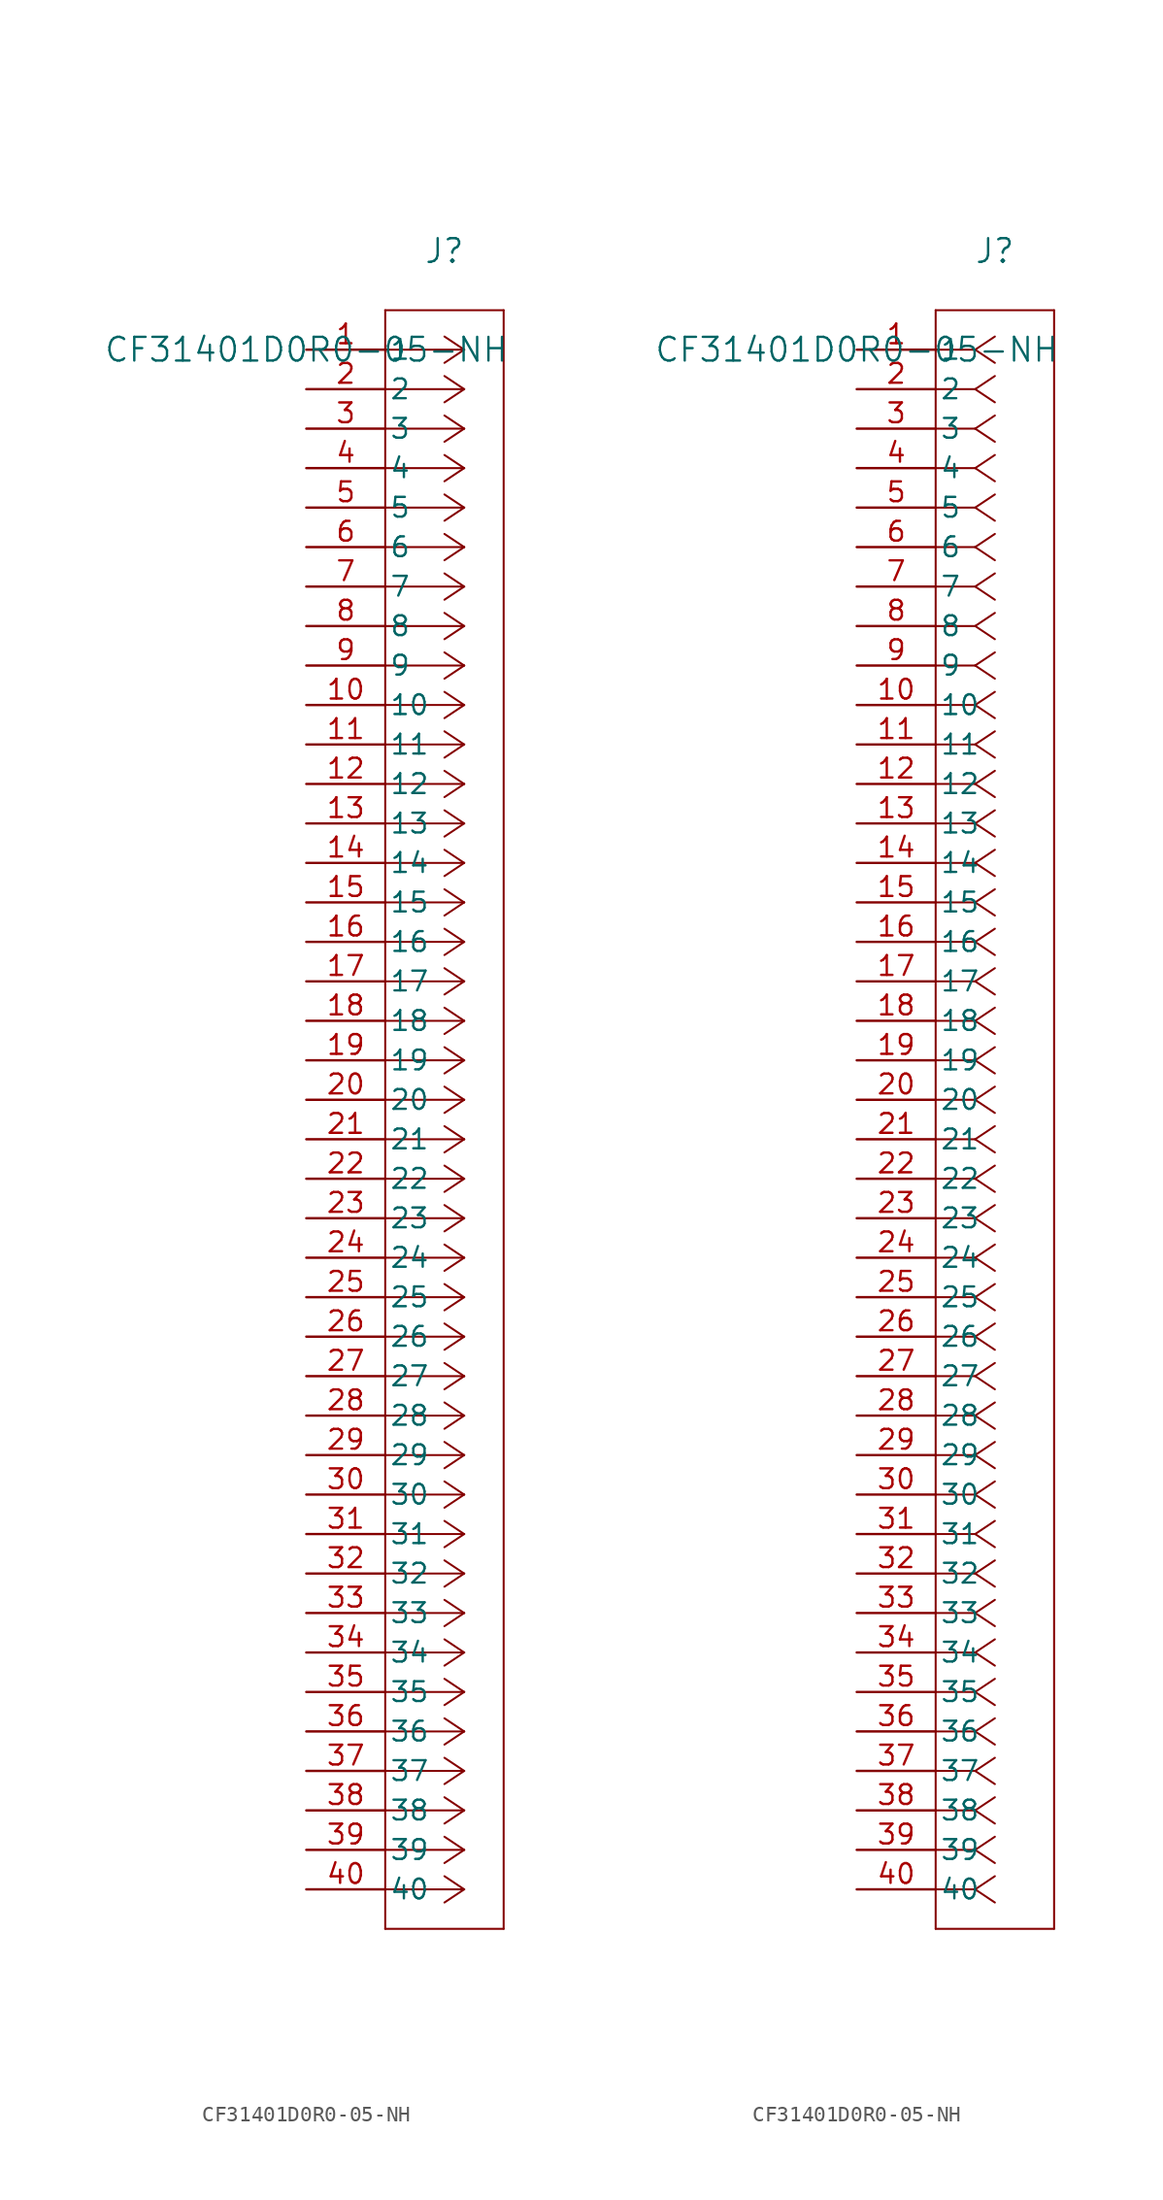
<source format=kicad_sym>
(kicad_symbol_lib
  (version 20231120)
  (generator "kicad_symbol_editor")
  (generator_version "8.0")
  (symbol "CF31401D0R0-05-NH"
    (pin_names
      (offset 0.254))
    (property "Reference" "J"
      (at 8.89 6.35 0)
      (effects (font (size 1.524 1.524))))
    (property "Value" "CF31401D0R0-05-NH"
      (at 0 0 0)
      (effects (font (size 1.524 1.524))))
    (property "ki_locked" ""
      (at 0 0 0)
      (effects (font (size 1.27 1.27))))
    (symbol "CF31401D0R0-05-NH_1_1"
      (polyline (pts (xy 5.08 -101.6) (xy 12.7 -101.6)) (stroke (width 0.127) (type default)) (fill (type none)))
      (polyline (pts (xy 5.08 2.54) (xy 5.08 -101.6)) (stroke (width 0.127) (type default)) (fill (type none)))
      (polyline (pts (xy 10.16 -99.06) (xy 5.08 -99.06)) (stroke (width 0.127) (type default)) (fill (type none)))
      (polyline (pts (xy 10.16 -99.06) (xy 8.89 -99.907)) (stroke (width 0.127) (type default)) (fill (type none)))
      (polyline (pts (xy 10.16 -99.06) (xy 8.89 -98.213)) (stroke (width 0.127) (type default)) (fill (type none)))
      (polyline (pts (xy 10.16 -96.52) (xy 5.08 -96.52)) (stroke (width 0.127) (type default)) (fill (type none)))
      (polyline (pts (xy 10.16 -96.52) (xy 8.89 -97.367)) (stroke (width 0.127) (type default)) (fill (type none)))
      (polyline (pts (xy 10.16 -96.52) (xy 8.89 -95.673)) (stroke (width 0.127) (type default)) (fill (type none)))
      (polyline (pts (xy 10.16 -93.98) (xy 5.08 -93.98)) (stroke (width 0.127) (type default)) (fill (type none)))
      (polyline (pts (xy 10.16 -93.98) (xy 8.89 -94.827)) (stroke (width 0.127) (type default)) (fill (type none)))
      (polyline (pts (xy 10.16 -93.98) (xy 8.89 -93.133)) (stroke (width 0.127) (type default)) (fill (type none)))
      (polyline (pts (xy 10.16 -91.44) (xy 5.08 -91.44)) (stroke (width 0.127) (type default)) (fill (type none)))
      (polyline (pts (xy 10.16 -91.44) (xy 8.89 -92.287)) (stroke (width 0.127) (type default)) (fill (type none)))
      (polyline (pts (xy 10.16 -91.44) (xy 8.89 -90.593)) (stroke (width 0.127) (type default)) (fill (type none)))
      (polyline (pts (xy 10.16 -88.9) (xy 5.08 -88.9)) (stroke (width 0.127) (type default)) (fill (type none)))
      (polyline (pts (xy 10.16 -88.9) (xy 8.89 -89.747)) (stroke (width 0.127) (type default)) (fill (type none)))
      (polyline (pts (xy 10.16 -88.9) (xy 8.89 -88.053)) (stroke (width 0.127) (type default)) (fill (type none)))
      (polyline (pts (xy 10.16 -86.36) (xy 5.08 -86.36)) (stroke (width 0.127) (type default)) (fill (type none)))
      (polyline (pts (xy 10.16 -86.36) (xy 8.89 -87.207)) (stroke (width 0.127) (type default)) (fill (type none)))
      (polyline (pts (xy 10.16 -86.36) (xy 8.89 -85.513)) (stroke (width 0.127) (type default)) (fill (type none)))
      (polyline (pts (xy 10.16 -83.82) (xy 5.08 -83.82)) (stroke (width 0.127) (type default)) (fill (type none)))
      (polyline (pts (xy 10.16 -83.82) (xy 8.89 -84.667)) (stroke (width 0.127) (type default)) (fill (type none)))
      (polyline (pts (xy 10.16 -83.82) (xy 8.89 -82.973)) (stroke (width 0.127) (type default)) (fill (type none)))
      (polyline (pts (xy 10.16 -81.28) (xy 5.08 -81.28)) (stroke (width 0.127) (type default)) (fill (type none)))
      (polyline (pts (xy 10.16 -81.28) (xy 8.89 -82.127)) (stroke (width 0.127) (type default)) (fill (type none)))
      (polyline (pts (xy 10.16 -81.28) (xy 8.89 -80.433)) (stroke (width 0.127) (type default)) (fill (type none)))
      (polyline (pts (xy 10.16 -78.74) (xy 5.08 -78.74)) (stroke (width 0.127) (type default)) (fill (type none)))
      (polyline (pts (xy 10.16 -78.74) (xy 8.89 -79.587)) (stroke (width 0.127) (type default)) (fill (type none)))
      (polyline (pts (xy 10.16 -78.74) (xy 8.89 -77.893)) (stroke (width 0.127) (type default)) (fill (type none)))
      (polyline (pts (xy 10.16 -76.2) (xy 5.08 -76.2)) (stroke (width 0.127) (type default)) (fill (type none)))
      (polyline (pts (xy 10.16 -76.2) (xy 8.89 -77.047)) (stroke (width 0.127) (type default)) (fill (type none)))
      (polyline (pts (xy 10.16 -76.2) (xy 8.89 -75.353)) (stroke (width 0.127) (type default)) (fill (type none)))
      (polyline (pts (xy 10.16 -73.66) (xy 5.08 -73.66)) (stroke (width 0.127) (type default)) (fill (type none)))
      (polyline (pts (xy 10.16 -73.66) (xy 8.89 -74.507)) (stroke (width 0.127) (type default)) (fill (type none)))
      (polyline (pts (xy 10.16 -73.66) (xy 8.89 -72.813)) (stroke (width 0.127) (type default)) (fill (type none)))
      (polyline (pts (xy 10.16 -71.12) (xy 5.08 -71.12)) (stroke (width 0.127) (type default)) (fill (type none)))
      (polyline (pts (xy 10.16 -71.12) (xy 8.89 -71.967)) (stroke (width 0.127) (type default)) (fill (type none)))
      (polyline (pts (xy 10.16 -71.12) (xy 8.89 -70.273)) (stroke (width 0.127) (type default)) (fill (type none)))
      (polyline (pts (xy 10.16 -68.58) (xy 5.08 -68.58)) (stroke (width 0.127) (type default)) (fill (type none)))
      (polyline (pts (xy 10.16 -68.58) (xy 8.89 -69.427)) (stroke (width 0.127) (type default)) (fill (type none)))
      (polyline (pts (xy 10.16 -68.58) (xy 8.89 -67.733)) (stroke (width 0.127) (type default)) (fill (type none)))
      (polyline (pts (xy 10.16 -66.04) (xy 5.08 -66.04)) (stroke (width 0.127) (type default)) (fill (type none)))
      (polyline (pts (xy 10.16 -66.04) (xy 8.89 -66.887)) (stroke (width 0.127) (type default)) (fill (type none)))
      (polyline (pts (xy 10.16 -66.04) (xy 8.89 -65.193)) (stroke (width 0.127) (type default)) (fill (type none)))
      (polyline (pts (xy 10.16 -63.5) (xy 5.08 -63.5)) (stroke (width 0.127) (type default)) (fill (type none)))
      (polyline (pts (xy 10.16 -63.5) (xy 8.89 -64.347)) (stroke (width 0.127) (type default)) (fill (type none)))
      (polyline (pts (xy 10.16 -63.5) (xy 8.89 -62.653)) (stroke (width 0.127) (type default)) (fill (type none)))
      (polyline (pts (xy 10.16 -60.96) (xy 5.08 -60.96)) (stroke (width 0.127) (type default)) (fill (type none)))
      (polyline (pts (xy 10.16 -60.96) (xy 8.89 -61.807)) (stroke (width 0.127) (type default)) (fill (type none)))
      (polyline (pts (xy 10.16 -60.96) (xy 8.89 -60.113)) (stroke (width 0.127) (type default)) (fill (type none)))
      (polyline (pts (xy 10.16 -58.42) (xy 5.08 -58.42)) (stroke (width 0.127) (type default)) (fill (type none)))
      (polyline (pts (xy 10.16 -58.42) (xy 8.89 -59.267)) (stroke (width 0.127) (type default)) (fill (type none)))
      (polyline (pts (xy 10.16 -58.42) (xy 8.89 -57.573)) (stroke (width 0.127) (type default)) (fill (type none)))
      (polyline (pts (xy 10.16 -55.88) (xy 5.08 -55.88)) (stroke (width 0.127) (type default)) (fill (type none)))
      (polyline (pts (xy 10.16 -55.88) (xy 8.89 -56.727)) (stroke (width 0.127) (type default)) (fill (type none)))
      (polyline (pts (xy 10.16 -55.88) (xy 8.89 -55.033)) (stroke (width 0.127) (type default)) (fill (type none)))
      (polyline (pts (xy 10.16 -53.34) (xy 5.08 -53.34)) (stroke (width 0.127) (type default)) (fill (type none)))
      (polyline (pts (xy 10.16 -53.34) (xy 8.89 -54.187)) (stroke (width 0.127) (type default)) (fill (type none)))
      (polyline (pts (xy 10.16 -53.34) (xy 8.89 -52.493)) (stroke (width 0.127) (type default)) (fill (type none)))
      (polyline (pts (xy 10.16 -50.8) (xy 5.08 -50.8)) (stroke (width 0.127) (type default)) (fill (type none)))
      (polyline (pts (xy 10.16 -50.8) (xy 8.89 -51.647)) (stroke (width 0.127) (type default)) (fill (type none)))
      (polyline (pts (xy 10.16 -50.8) (xy 8.89 -49.953)) (stroke (width 0.127) (type default)) (fill (type none)))
      (polyline (pts (xy 10.16 -48.26) (xy 5.08 -48.26)) (stroke (width 0.127) (type default)) (fill (type none)))
      (polyline (pts (xy 10.16 -48.26) (xy 8.89 -49.107)) (stroke (width 0.127) (type default)) (fill (type none)))
      (polyline (pts (xy 10.16 -48.26) (xy 8.89 -47.413)) (stroke (width 0.127) (type default)) (fill (type none)))
      (polyline (pts (xy 10.16 -45.72) (xy 5.08 -45.72)) (stroke (width 0.127) (type default)) (fill (type none)))
      (polyline (pts (xy 10.16 -45.72) (xy 8.89 -46.567)) (stroke (width 0.127) (type default)) (fill (type none)))
      (polyline (pts (xy 10.16 -45.72) (xy 8.89 -44.873)) (stroke (width 0.127) (type default)) (fill (type none)))
      (polyline (pts (xy 10.16 -43.18) (xy 5.08 -43.18)) (stroke (width 0.127) (type default)) (fill (type none)))
      (polyline (pts (xy 10.16 -43.18) (xy 8.89 -44.027)) (stroke (width 0.127) (type default)) (fill (type none)))
      (polyline (pts (xy 10.16 -43.18) (xy 8.89 -42.333)) (stroke (width 0.127) (type default)) (fill (type none)))
      (polyline (pts (xy 10.16 -40.64) (xy 5.08 -40.64)) (stroke (width 0.127) (type default)) (fill (type none)))
      (polyline (pts (xy 10.16 -40.64) (xy 8.89 -41.487)) (stroke (width 0.127) (type default)) (fill (type none)))
      (polyline (pts (xy 10.16 -40.64) (xy 8.89 -39.793)) (stroke (width 0.127) (type default)) (fill (type none)))
      (polyline (pts (xy 10.16 -38.1) (xy 5.08 -38.1)) (stroke (width 0.127) (type default)) (fill (type none)))
      (polyline (pts (xy 10.16 -38.1) (xy 8.89 -38.947)) (stroke (width 0.127) (type default)) (fill (type none)))
      (polyline (pts (xy 10.16 -38.1) (xy 8.89 -37.253)) (stroke (width 0.127) (type default)) (fill (type none)))
      (polyline (pts (xy 10.16 -35.56) (xy 5.08 -35.56)) (stroke (width 0.127) (type default)) (fill (type none)))
      (polyline (pts (xy 10.16 -35.56) (xy 8.89 -36.407)) (stroke (width 0.127) (type default)) (fill (type none)))
      (polyline (pts (xy 10.16 -35.56) (xy 8.89 -34.713)) (stroke (width 0.127) (type default)) (fill (type none)))
      (polyline (pts (xy 10.16 -33.02) (xy 5.08 -33.02)) (stroke (width 0.127) (type default)) (fill (type none)))
      (polyline (pts (xy 10.16 -33.02) (xy 8.89 -33.867)) (stroke (width 0.127) (type default)) (fill (type none)))
      (polyline (pts (xy 10.16 -33.02) (xy 8.89 -32.173)) (stroke (width 0.127) (type default)) (fill (type none)))
      (polyline (pts (xy 10.16 -30.48) (xy 5.08 -30.48)) (stroke (width 0.127) (type default)) (fill (type none)))
      (polyline (pts (xy 10.16 -30.48) (xy 8.89 -31.327)) (stroke (width 0.127) (type default)) (fill (type none)))
      (polyline (pts (xy 10.16 -30.48) (xy 8.89 -29.633)) (stroke (width 0.127) (type default)) (fill (type none)))
      (polyline (pts (xy 10.16 -27.94) (xy 5.08 -27.94)) (stroke (width 0.127) (type default)) (fill (type none)))
      (polyline (pts (xy 10.16 -27.94) (xy 8.89 -28.787)) (stroke (width 0.127) (type default)) (fill (type none)))
      (polyline (pts (xy 10.16 -27.94) (xy 8.89 -27.093)) (stroke (width 0.127) (type default)) (fill (type none)))
      (polyline (pts (xy 10.16 -25.4) (xy 5.08 -25.4)) (stroke (width 0.127) (type default)) (fill (type none)))
      (polyline (pts (xy 10.16 -25.4) (xy 8.89 -26.247)) (stroke (width 0.127) (type default)) (fill (type none)))
      (polyline (pts (xy 10.16 -25.4) (xy 8.89 -24.553)) (stroke (width 0.127) (type default)) (fill (type none)))
      (polyline (pts (xy 10.16 -22.86) (xy 5.08 -22.86)) (stroke (width 0.127) (type default)) (fill (type none)))
      (polyline (pts (xy 10.16 -22.86) (xy 8.89 -23.707)) (stroke (width 0.127) (type default)) (fill (type none)))
      (polyline (pts (xy 10.16 -22.86) (xy 8.89 -22.013)) (stroke (width 0.127) (type default)) (fill (type none)))
      (polyline (pts (xy 10.16 -20.32) (xy 5.08 -20.32)) (stroke (width 0.127) (type default)) (fill (type none)))
      (polyline (pts (xy 10.16 -20.32) (xy 8.89 -21.167)) (stroke (width 0.127) (type default)) (fill (type none)))
      (polyline (pts (xy 10.16 -20.32) (xy 8.89 -19.473)) (stroke (width 0.127) (type default)) (fill (type none)))
      (polyline (pts (xy 10.16 -17.78) (xy 5.08 -17.78)) (stroke (width 0.127) (type default)) (fill (type none)))
      (polyline (pts (xy 10.16 -17.78) (xy 8.89 -18.627)) (stroke (width 0.127) (type default)) (fill (type none)))
      (polyline (pts (xy 10.16 -17.78) (xy 8.89 -16.933)) (stroke (width 0.127) (type default)) (fill (type none)))
      (polyline (pts (xy 10.16 -15.24) (xy 5.08 -15.24)) (stroke (width 0.127) (type default)) (fill (type none)))
      (polyline (pts (xy 10.16 -15.24) (xy 8.89 -16.087)) (stroke (width 0.127) (type default)) (fill (type none)))
      (polyline (pts (xy 10.16 -15.24) (xy 8.89 -14.393)) (stroke (width 0.127) (type default)) (fill (type none)))
      (polyline (pts (xy 10.16 -12.7) (xy 5.08 -12.7)) (stroke (width 0.127) (type default)) (fill (type none)))
      (polyline (pts (xy 10.16 -12.7) (xy 8.89 -13.547)) (stroke (width 0.127) (type default)) (fill (type none)))
      (polyline (pts (xy 10.16 -12.7) (xy 8.89 -11.853)) (stroke (width 0.127) (type default)) (fill (type none)))
      (polyline (pts (xy 10.16 -10.16) (xy 5.08 -10.16)) (stroke (width 0.127) (type default)) (fill (type none)))
      (polyline (pts (xy 10.16 -10.16) (xy 8.89 -11.007)) (stroke (width 0.127) (type default)) (fill (type none)))
      (polyline (pts (xy 10.16 -10.16) (xy 8.89 -9.313)) (stroke (width 0.127) (type default)) (fill (type none)))
      (polyline (pts (xy 10.16 -7.62) (xy 5.08 -7.62)) (stroke (width 0.127) (type default)) (fill (type none)))
      (polyline (pts (xy 10.16 -7.62) (xy 8.89 -8.467)) (stroke (width 0.127) (type default)) (fill (type none)))
      (polyline (pts (xy 10.16 -7.62) (xy 8.89 -6.773)) (stroke (width 0.127) (type default)) (fill (type none)))
      (polyline (pts (xy 10.16 -5.08) (xy 5.08 -5.08)) (stroke (width 0.127) (type default)) (fill (type none)))
      (polyline (pts (xy 10.16 -5.08) (xy 8.89 -5.927)) (stroke (width 0.127) (type default)) (fill (type none)))
      (polyline (pts (xy 10.16 -5.08) (xy 8.89 -4.233)) (stroke (width 0.127) (type default)) (fill (type none)))
      (polyline (pts (xy 10.16 -2.54) (xy 5.08 -2.54)) (stroke (width 0.127) (type default)) (fill (type none)))
      (polyline (pts (xy 10.16 -2.54) (xy 8.89 -3.387)) (stroke (width 0.127) (type default)) (fill (type none)))
      (polyline (pts (xy 10.16 -2.54) (xy 8.89 -1.693)) (stroke (width 0.127) (type default)) (fill (type none)))
      (polyline (pts (xy 10.16 0) (xy 5.08 0)) (stroke (width 0.127) (type default)) (fill (type none)))
      (polyline (pts (xy 10.16 0) (xy 8.89 -0.847)) (stroke (width 0.127) (type default)) (fill (type none)))
      (polyline (pts (xy 10.16 0) (xy 8.89 0.847)) (stroke (width 0.127) (type default)) (fill (type none)))
      (polyline (pts (xy 12.7 -101.6) (xy 12.7 2.54)) (stroke (width 0.127) (type default)) (fill (type none)))
      (polyline (pts (xy 12.7 2.54) (xy 5.08 2.54)) (stroke (width 0.127) (type default)) (fill (type none)))
      (pin unspecified line (at 0 0 0) (length 5.08) (name "1" (effects (font (size 1.27 1.27)))) (number "1" (effects (font (size 1.27 1.27)))))
      (pin unspecified line (at 0 -22.86 0) (length 5.08) (name "10" (effects (font (size 1.27 1.27)))) (number "10" (effects (font (size 1.27 1.27)))))
      (pin unspecified line (at 0 -25.4 0) (length 5.08) (name "11" (effects (font (size 1.27 1.27)))) (number "11" (effects (font (size 1.27 1.27)))))
      (pin unspecified line (at 0 -27.94 0) (length 5.08) (name "12" (effects (font (size 1.27 1.27)))) (number "12" (effects (font (size 1.27 1.27)))))
      (pin unspecified line (at 0 -30.48 0) (length 5.08) (name "13" (effects (font (size 1.27 1.27)))) (number "13" (effects (font (size 1.27 1.27)))))
      (pin unspecified line (at 0 -33.02 0) (length 5.08) (name "14" (effects (font (size 1.27 1.27)))) (number "14" (effects (font (size 1.27 1.27)))))
      (pin unspecified line (at 0 -35.56 0) (length 5.08) (name "15" (effects (font (size 1.27 1.27)))) (number "15" (effects (font (size 1.27 1.27)))))
      (pin unspecified line (at 0 -38.1 0) (length 5.08) (name "16" (effects (font (size 1.27 1.27)))) (number "16" (effects (font (size 1.27 1.27)))))
      (pin unspecified line (at 0 -40.64 0) (length 5.08) (name "17" (effects (font (size 1.27 1.27)))) (number "17" (effects (font (size 1.27 1.27)))))
      (pin unspecified line (at 0 -43.18 0) (length 5.08) (name "18" (effects (font (size 1.27 1.27)))) (number "18" (effects (font (size 1.27 1.27)))))
      (pin unspecified line (at 0 -45.72 0) (length 5.08) (name "19" (effects (font (size 1.27 1.27)))) (number "19" (effects (font (size 1.27 1.27)))))
      (pin unspecified line (at 0 -2.54 0) (length 5.08) (name "2" (effects (font (size 1.27 1.27)))) (number "2" (effects (font (size 1.27 1.27)))))
      (pin unspecified line (at 0 -48.26 0) (length 5.08) (name "20" (effects (font (size 1.27 1.27)))) (number "20" (effects (font (size 1.27 1.27)))))
      (pin unspecified line (at 0 -50.8 0) (length 5.08) (name "21" (effects (font (size 1.27 1.27)))) (number "21" (effects (font (size 1.27 1.27)))))
      (pin unspecified line (at 0 -53.34 0) (length 5.08) (name "22" (effects (font (size 1.27 1.27)))) (number "22" (effects (font (size 1.27 1.27)))))
      (pin unspecified line (at 0 -55.88 0) (length 5.08) (name "23" (effects (font (size 1.27 1.27)))) (number "23" (effects (font (size 1.27 1.27)))))
      (pin unspecified line (at 0 -58.42 0) (length 5.08) (name "24" (effects (font (size 1.27 1.27)))) (number "24" (effects (font (size 1.27 1.27)))))
      (pin unspecified line (at 0 -60.96 0) (length 5.08) (name "25" (effects (font (size 1.27 1.27)))) (number "25" (effects (font (size 1.27 1.27)))))
      (pin unspecified line (at 0 -63.5 0) (length 5.08) (name "26" (effects (font (size 1.27 1.27)))) (number "26" (effects (font (size 1.27 1.27)))))
      (pin unspecified line (at 0 -66.04 0) (length 5.08) (name "27" (effects (font (size 1.27 1.27)))) (number "27" (effects (font (size 1.27 1.27)))))
      (pin unspecified line (at 0 -68.58 0) (length 5.08) (name "28" (effects (font (size 1.27 1.27)))) (number "28" (effects (font (size 1.27 1.27)))))
      (pin unspecified line (at 0 -71.12 0) (length 5.08) (name "29" (effects (font (size 1.27 1.27)))) (number "29" (effects (font (size 1.27 1.27)))))
      (pin unspecified line (at 0 -5.08 0) (length 5.08) (name "3" (effects (font (size 1.27 1.27)))) (number "3" (effects (font (size 1.27 1.27)))))
      (pin unspecified line (at 0 -73.66 0) (length 5.08) (name "30" (effects (font (size 1.27 1.27)))) (number "30" (effects (font (size 1.27 1.27)))))
      (pin unspecified line (at 0 -76.2 0) (length 5.08) (name "31" (effects (font (size 1.27 1.27)))) (number "31" (effects (font (size 1.27 1.27)))))
      (pin unspecified line (at 0 -78.74 0) (length 5.08) (name "32" (effects (font (size 1.27 1.27)))) (number "32" (effects (font (size 1.27 1.27)))))
      (pin unspecified line (at 0 -81.28 0) (length 5.08) (name "33" (effects (font (size 1.27 1.27)))) (number "33" (effects (font (size 1.27 1.27)))))
      (pin unspecified line (at 0 -83.82 0) (length 5.08) (name "34" (effects (font (size 1.27 1.27)))) (number "34" (effects (font (size 1.27 1.27)))))
      (pin unspecified line (at 0 -86.36 0) (length 5.08) (name "35" (effects (font (size 1.27 1.27)))) (number "35" (effects (font (size 1.27 1.27)))))
      (pin unspecified line (at 0 -88.9 0) (length 5.08) (name "36" (effects (font (size 1.27 1.27)))) (number "36" (effects (font (size 1.27 1.27)))))
      (pin unspecified line (at 0 -91.44 0) (length 5.08) (name "37" (effects (font (size 1.27 1.27)))) (number "37" (effects (font (size 1.27 1.27)))))
      (pin unspecified line (at 0 -93.98 0) (length 5.08) (name "38" (effects (font (size 1.27 1.27)))) (number "38" (effects (font (size 1.27 1.27)))))
      (pin unspecified line (at 0 -96.52 0) (length 5.08) (name "39" (effects (font (size 1.27 1.27)))) (number "39" (effects (font (size 1.27 1.27)))))
      (pin unspecified line (at 0 -7.62 0) (length 5.08) (name "4" (effects (font (size 1.27 1.27)))) (number "4" (effects (font (size 1.27 1.27)))))
      (pin unspecified line (at 0 -99.06 0) (length 5.08) (name "40" (effects (font (size 1.27 1.27)))) (number "40" (effects (font (size 1.27 1.27)))))
      (pin unspecified line (at 0 -10.16 0) (length 5.08) (name "5" (effects (font (size 1.27 1.27)))) (number "5" (effects (font (size 1.27 1.27)))))
      (pin unspecified line (at 0 -12.7 0) (length 5.08) (name "6" (effects (font (size 1.27 1.27)))) (number "6" (effects (font (size 1.27 1.27)))))
      (pin unspecified line (at 0 -15.24 0) (length 5.08) (name "7" (effects (font (size 1.27 1.27)))) (number "7" (effects (font (size 1.27 1.27)))))
      (pin unspecified line (at 0 -17.78 0) (length 5.08) (name "8" (effects (font (size 1.27 1.27)))) (number "8" (effects (font (size 1.27 1.27)))))
      (pin unspecified line (at 0 -20.32 0) (length 5.08) (name "9" (effects (font (size 1.27 1.27)))) (number "9" (effects (font (size 1.27 1.27))))))
    (symbol "CF31401D0R0-05-NH_1_2"
      (polyline (pts (xy 5.08 -101.6) (xy 12.7 -101.6)) (stroke (width 0.127) (type default)) (fill (type none)))
      (polyline (pts (xy 5.08 2.54) (xy 5.08 -101.6)) (stroke (width 0.127) (type default)) (fill (type none)))
      (polyline (pts (xy 7.62 -99.06) (xy 5.08 -99.06)) (stroke (width 0.127) (type default)) (fill (type none)))
      (polyline (pts (xy 7.62 -99.06) (xy 8.89 -99.907)) (stroke (width 0.127) (type default)) (fill (type none)))
      (polyline (pts (xy 7.62 -99.06) (xy 8.89 -98.213)) (stroke (width 0.127) (type default)) (fill (type none)))
      (polyline (pts (xy 7.62 -96.52) (xy 5.08 -96.52)) (stroke (width 0.127) (type default)) (fill (type none)))
      (polyline (pts (xy 7.62 -96.52) (xy 8.89 -97.367)) (stroke (width 0.127) (type default)) (fill (type none)))
      (polyline (pts (xy 7.62 -96.52) (xy 8.89 -95.673)) (stroke (width 0.127) (type default)) (fill (type none)))
      (polyline (pts (xy 7.62 -93.98) (xy 5.08 -93.98)) (stroke (width 0.127) (type default)) (fill (type none)))
      (polyline (pts (xy 7.62 -93.98) (xy 8.89 -94.827)) (stroke (width 0.127) (type default)) (fill (type none)))
      (polyline (pts (xy 7.62 -93.98) (xy 8.89 -93.133)) (stroke (width 0.127) (type default)) (fill (type none)))
      (polyline (pts (xy 7.62 -91.44) (xy 5.08 -91.44)) (stroke (width 0.127) (type default)) (fill (type none)))
      (polyline (pts (xy 7.62 -91.44) (xy 8.89 -92.287)) (stroke (width 0.127) (type default)) (fill (type none)))
      (polyline (pts (xy 7.62 -91.44) (xy 8.89 -90.593)) (stroke (width 0.127) (type default)) (fill (type none)))
      (polyline (pts (xy 7.62 -88.9) (xy 5.08 -88.9)) (stroke (width 0.127) (type default)) (fill (type none)))
      (polyline (pts (xy 7.62 -88.9) (xy 8.89 -89.747)) (stroke (width 0.127) (type default)) (fill (type none)))
      (polyline (pts (xy 7.62 -88.9) (xy 8.89 -88.053)) (stroke (width 0.127) (type default)) (fill (type none)))
      (polyline (pts (xy 7.62 -86.36) (xy 5.08 -86.36)) (stroke (width 0.127) (type default)) (fill (type none)))
      (polyline (pts (xy 7.62 -86.36) (xy 8.89 -87.207)) (stroke (width 0.127) (type default)) (fill (type none)))
      (polyline (pts (xy 7.62 -86.36) (xy 8.89 -85.513)) (stroke (width 0.127) (type default)) (fill (type none)))
      (polyline (pts (xy 7.62 -83.82) (xy 5.08 -83.82)) (stroke (width 0.127) (type default)) (fill (type none)))
      (polyline (pts (xy 7.62 -83.82) (xy 8.89 -84.667)) (stroke (width 0.127) (type default)) (fill (type none)))
      (polyline (pts (xy 7.62 -83.82) (xy 8.89 -82.973)) (stroke (width 0.127) (type default)) (fill (type none)))
      (polyline (pts (xy 7.62 -81.28) (xy 5.08 -81.28)) (stroke (width 0.127) (type default)) (fill (type none)))
      (polyline (pts (xy 7.62 -81.28) (xy 8.89 -82.127)) (stroke (width 0.127) (type default)) (fill (type none)))
      (polyline (pts (xy 7.62 -81.28) (xy 8.89 -80.433)) (stroke (width 0.127) (type default)) (fill (type none)))
      (polyline (pts (xy 7.62 -78.74) (xy 5.08 -78.74)) (stroke (width 0.127) (type default)) (fill (type none)))
      (polyline (pts (xy 7.62 -78.74) (xy 8.89 -79.587)) (stroke (width 0.127) (type default)) (fill (type none)))
      (polyline (pts (xy 7.62 -78.74) (xy 8.89 -77.893)) (stroke (width 0.127) (type default)) (fill (type none)))
      (polyline (pts (xy 7.62 -76.2) (xy 5.08 -76.2)) (stroke (width 0.127) (type default)) (fill (type none)))
      (polyline (pts (xy 7.62 -76.2) (xy 8.89 -77.047)) (stroke (width 0.127) (type default)) (fill (type none)))
      (polyline (pts (xy 7.62 -76.2) (xy 8.89 -75.353)) (stroke (width 0.127) (type default)) (fill (type none)))
      (polyline (pts (xy 7.62 -73.66) (xy 5.08 -73.66)) (stroke (width 0.127) (type default)) (fill (type none)))
      (polyline (pts (xy 7.62 -73.66) (xy 8.89 -74.507)) (stroke (width 0.127) (type default)) (fill (type none)))
      (polyline (pts (xy 7.62 -73.66) (xy 8.89 -72.813)) (stroke (width 0.127) (type default)) (fill (type none)))
      (polyline (pts (xy 7.62 -71.12) (xy 5.08 -71.12)) (stroke (width 0.127) (type default)) (fill (type none)))
      (polyline (pts (xy 7.62 -71.12) (xy 8.89 -71.967)) (stroke (width 0.127) (type default)) (fill (type none)))
      (polyline (pts (xy 7.62 -71.12) (xy 8.89 -70.273)) (stroke (width 0.127) (type default)) (fill (type none)))
      (polyline (pts (xy 7.62 -68.58) (xy 5.08 -68.58)) (stroke (width 0.127) (type default)) (fill (type none)))
      (polyline (pts (xy 7.62 -68.58) (xy 8.89 -69.427)) (stroke (width 0.127) (type default)) (fill (type none)))
      (polyline (pts (xy 7.62 -68.58) (xy 8.89 -67.733)) (stroke (width 0.127) (type default)) (fill (type none)))
      (polyline (pts (xy 7.62 -66.04) (xy 5.08 -66.04)) (stroke (width 0.127) (type default)) (fill (type none)))
      (polyline (pts (xy 7.62 -66.04) (xy 8.89 -66.887)) (stroke (width 0.127) (type default)) (fill (type none)))
      (polyline (pts (xy 7.62 -66.04) (xy 8.89 -65.193)) (stroke (width 0.127) (type default)) (fill (type none)))
      (polyline (pts (xy 7.62 -63.5) (xy 5.08 -63.5)) (stroke (width 0.127) (type default)) (fill (type none)))
      (polyline (pts (xy 7.62 -63.5) (xy 8.89 -64.347)) (stroke (width 0.127) (type default)) (fill (type none)))
      (polyline (pts (xy 7.62 -63.5) (xy 8.89 -62.653)) (stroke (width 0.127) (type default)) (fill (type none)))
      (polyline (pts (xy 7.62 -60.96) (xy 5.08 -60.96)) (stroke (width 0.127) (type default)) (fill (type none)))
      (polyline (pts (xy 7.62 -60.96) (xy 8.89 -61.807)) (stroke (width 0.127) (type default)) (fill (type none)))
      (polyline (pts (xy 7.62 -60.96) (xy 8.89 -60.113)) (stroke (width 0.127) (type default)) (fill (type none)))
      (polyline (pts (xy 7.62 -58.42) (xy 5.08 -58.42)) (stroke (width 0.127) (type default)) (fill (type none)))
      (polyline (pts (xy 7.62 -58.42) (xy 8.89 -59.267)) (stroke (width 0.127) (type default)) (fill (type none)))
      (polyline (pts (xy 7.62 -58.42) (xy 8.89 -57.573)) (stroke (width 0.127) (type default)) (fill (type none)))
      (polyline (pts (xy 7.62 -55.88) (xy 5.08 -55.88)) (stroke (width 0.127) (type default)) (fill (type none)))
      (polyline (pts (xy 7.62 -55.88) (xy 8.89 -56.727)) (stroke (width 0.127) (type default)) (fill (type none)))
      (polyline (pts (xy 7.62 -55.88) (xy 8.89 -55.033)) (stroke (width 0.127) (type default)) (fill (type none)))
      (polyline (pts (xy 7.62 -53.34) (xy 5.08 -53.34)) (stroke (width 0.127) (type default)) (fill (type none)))
      (polyline (pts (xy 7.62 -53.34) (xy 8.89 -54.187)) (stroke (width 0.127) (type default)) (fill (type none)))
      (polyline (pts (xy 7.62 -53.34) (xy 8.89 -52.493)) (stroke (width 0.127) (type default)) (fill (type none)))
      (polyline (pts (xy 7.62 -50.8) (xy 5.08 -50.8)) (stroke (width 0.127) (type default)) (fill (type none)))
      (polyline (pts (xy 7.62 -50.8) (xy 8.89 -51.647)) (stroke (width 0.127) (type default)) (fill (type none)))
      (polyline (pts (xy 7.62 -50.8) (xy 8.89 -49.953)) (stroke (width 0.127) (type default)) (fill (type none)))
      (polyline (pts (xy 7.62 -48.26) (xy 5.08 -48.26)) (stroke (width 0.127) (type default)) (fill (type none)))
      (polyline (pts (xy 7.62 -48.26) (xy 8.89 -49.107)) (stroke (width 0.127) (type default)) (fill (type none)))
      (polyline (pts (xy 7.62 -48.26) (xy 8.89 -47.413)) (stroke (width 0.127) (type default)) (fill (type none)))
      (polyline (pts (xy 7.62 -45.72) (xy 5.08 -45.72)) (stroke (width 0.127) (type default)) (fill (type none)))
      (polyline (pts (xy 7.62 -45.72) (xy 8.89 -46.567)) (stroke (width 0.127) (type default)) (fill (type none)))
      (polyline (pts (xy 7.62 -45.72) (xy 8.89 -44.873)) (stroke (width 0.127) (type default)) (fill (type none)))
      (polyline (pts (xy 7.62 -43.18) (xy 5.08 -43.18)) (stroke (width 0.127) (type default)) (fill (type none)))
      (polyline (pts (xy 7.62 -43.18) (xy 8.89 -44.027)) (stroke (width 0.127) (type default)) (fill (type none)))
      (polyline (pts (xy 7.62 -43.18) (xy 8.89 -42.333)) (stroke (width 0.127) (type default)) (fill (type none)))
      (polyline (pts (xy 7.62 -40.64) (xy 5.08 -40.64)) (stroke (width 0.127) (type default)) (fill (type none)))
      (polyline (pts (xy 7.62 -40.64) (xy 8.89 -41.487)) (stroke (width 0.127) (type default)) (fill (type none)))
      (polyline (pts (xy 7.62 -40.64) (xy 8.89 -39.793)) (stroke (width 0.127) (type default)) (fill (type none)))
      (polyline (pts (xy 7.62 -38.1) (xy 5.08 -38.1)) (stroke (width 0.127) (type default)) (fill (type none)))
      (polyline (pts (xy 7.62 -38.1) (xy 8.89 -38.947)) (stroke (width 0.127) (type default)) (fill (type none)))
      (polyline (pts (xy 7.62 -38.1) (xy 8.89 -37.253)) (stroke (width 0.127) (type default)) (fill (type none)))
      (polyline (pts (xy 7.62 -35.56) (xy 5.08 -35.56)) (stroke (width 0.127) (type default)) (fill (type none)))
      (polyline (pts (xy 7.62 -35.56) (xy 8.89 -36.407)) (stroke (width 0.127) (type default)) (fill (type none)))
      (polyline (pts (xy 7.62 -35.56) (xy 8.89 -34.713)) (stroke (width 0.127) (type default)) (fill (type none)))
      (polyline (pts (xy 7.62 -33.02) (xy 5.08 -33.02)) (stroke (width 0.127) (type default)) (fill (type none)))
      (polyline (pts (xy 7.62 -33.02) (xy 8.89 -33.867)) (stroke (width 0.127) (type default)) (fill (type none)))
      (polyline (pts (xy 7.62 -33.02) (xy 8.89 -32.173)) (stroke (width 0.127) (type default)) (fill (type none)))
      (polyline (pts (xy 7.62 -30.48) (xy 5.08 -30.48)) (stroke (width 0.127) (type default)) (fill (type none)))
      (polyline (pts (xy 7.62 -30.48) (xy 8.89 -31.327)) (stroke (width 0.127) (type default)) (fill (type none)))
      (polyline (pts (xy 7.62 -30.48) (xy 8.89 -29.633)) (stroke (width 0.127) (type default)) (fill (type none)))
      (polyline (pts (xy 7.62 -27.94) (xy 5.08 -27.94)) (stroke (width 0.127) (type default)) (fill (type none)))
      (polyline (pts (xy 7.62 -27.94) (xy 8.89 -28.787)) (stroke (width 0.127) (type default)) (fill (type none)))
      (polyline (pts (xy 7.62 -27.94) (xy 8.89 -27.093)) (stroke (width 0.127) (type default)) (fill (type none)))
      (polyline (pts (xy 7.62 -25.4) (xy 5.08 -25.4)) (stroke (width 0.127) (type default)) (fill (type none)))
      (polyline (pts (xy 7.62 -25.4) (xy 8.89 -26.247)) (stroke (width 0.127) (type default)) (fill (type none)))
      (polyline (pts (xy 7.62 -25.4) (xy 8.89 -24.553)) (stroke (width 0.127) (type default)) (fill (type none)))
      (polyline (pts (xy 7.62 -22.86) (xy 5.08 -22.86)) (stroke (width 0.127) (type default)) (fill (type none)))
      (polyline (pts (xy 7.62 -22.86) (xy 8.89 -23.707)) (stroke (width 0.127) (type default)) (fill (type none)))
      (polyline (pts (xy 7.62 -22.86) (xy 8.89 -22.013)) (stroke (width 0.127) (type default)) (fill (type none)))
      (polyline (pts (xy 7.62 -20.32) (xy 5.08 -20.32)) (stroke (width 0.127) (type default)) (fill (type none)))
      (polyline (pts (xy 7.62 -20.32) (xy 8.89 -21.167)) (stroke (width 0.127) (type default)) (fill (type none)))
      (polyline (pts (xy 7.62 -20.32) (xy 8.89 -19.473)) (stroke (width 0.127) (type default)) (fill (type none)))
      (polyline (pts (xy 7.62 -17.78) (xy 5.08 -17.78)) (stroke (width 0.127) (type default)) (fill (type none)))
      (polyline (pts (xy 7.62 -17.78) (xy 8.89 -18.627)) (stroke (width 0.127) (type default)) (fill (type none)))
      (polyline (pts (xy 7.62 -17.78) (xy 8.89 -16.933)) (stroke (width 0.127) (type default)) (fill (type none)))
      (polyline (pts (xy 7.62 -15.24) (xy 5.08 -15.24)) (stroke (width 0.127) (type default)) (fill (type none)))
      (polyline (pts (xy 7.62 -15.24) (xy 8.89 -16.087)) (stroke (width 0.127) (type default)) (fill (type none)))
      (polyline (pts (xy 7.62 -15.24) (xy 8.89 -14.393)) (stroke (width 0.127) (type default)) (fill (type none)))
      (polyline (pts (xy 7.62 -12.7) (xy 5.08 -12.7)) (stroke (width 0.127) (type default)) (fill (type none)))
      (polyline (pts (xy 7.62 -12.7) (xy 8.89 -13.547)) (stroke (width 0.127) (type default)) (fill (type none)))
      (polyline (pts (xy 7.62 -12.7) (xy 8.89 -11.853)) (stroke (width 0.127) (type default)) (fill (type none)))
      (polyline (pts (xy 7.62 -10.16) (xy 5.08 -10.16)) (stroke (width 0.127) (type default)) (fill (type none)))
      (polyline (pts (xy 7.62 -10.16) (xy 8.89 -11.007)) (stroke (width 0.127) (type default)) (fill (type none)))
      (polyline (pts (xy 7.62 -10.16) (xy 8.89 -9.313)) (stroke (width 0.127) (type default)) (fill (type none)))
      (polyline (pts (xy 7.62 -7.62) (xy 5.08 -7.62)) (stroke (width 0.127) (type default)) (fill (type none)))
      (polyline (pts (xy 7.62 -7.62) (xy 8.89 -8.467)) (stroke (width 0.127) (type default)) (fill (type none)))
      (polyline (pts (xy 7.62 -7.62) (xy 8.89 -6.773)) (stroke (width 0.127) (type default)) (fill (type none)))
      (polyline (pts (xy 7.62 -5.08) (xy 5.08 -5.08)) (stroke (width 0.127) (type default)) (fill (type none)))
      (polyline (pts (xy 7.62 -5.08) (xy 8.89 -5.927)) (stroke (width 0.127) (type default)) (fill (type none)))
      (polyline (pts (xy 7.62 -5.08) (xy 8.89 -4.233)) (stroke (width 0.127) (type default)) (fill (type none)))
      (polyline (pts (xy 7.62 -2.54) (xy 5.08 -2.54)) (stroke (width 0.127) (type default)) (fill (type none)))
      (polyline (pts (xy 7.62 -2.54) (xy 8.89 -3.387)) (stroke (width 0.127) (type default)) (fill (type none)))
      (polyline (pts (xy 7.62 -2.54) (xy 8.89 -1.693)) (stroke (width 0.127) (type default)) (fill (type none)))
      (polyline (pts (xy 7.62 0) (xy 5.08 0)) (stroke (width 0.127) (type default)) (fill (type none)))
      (polyline (pts (xy 7.62 0) (xy 8.89 -0.847)) (stroke (width 0.127) (type default)) (fill (type none)))
      (polyline (pts (xy 7.62 0) (xy 8.89 0.847)) (stroke (width 0.127) (type default)) (fill (type none)))
      (polyline (pts (xy 12.7 -101.6) (xy 12.7 2.54)) (stroke (width 0.127) (type default)) (fill (type none)))
      (polyline (pts (xy 12.7 2.54) (xy 5.08 2.54)) (stroke (width 0.127) (type default)) (fill (type none)))
      (pin unspecified line (at 0 0 0) (length 5.08) (name "1" (effects (font (size 1.27 1.27)))) (number "1" (effects (font (size 1.27 1.27)))))
      (pin unspecified line (at 0 -22.86 0) (length 5.08) (name "10" (effects (font (size 1.27 1.27)))) (number "10" (effects (font (size 1.27 1.27)))))
      (pin unspecified line (at 0 -25.4 0) (length 5.08) (name "11" (effects (font (size 1.27 1.27)))) (number "11" (effects (font (size 1.27 1.27)))))
      (pin unspecified line (at 0 -27.94 0) (length 5.08) (name "12" (effects (font (size 1.27 1.27)))) (number "12" (effects (font (size 1.27 1.27)))))
      (pin unspecified line (at 0 -30.48 0) (length 5.08) (name "13" (effects (font (size 1.27 1.27)))) (number "13" (effects (font (size 1.27 1.27)))))
      (pin unspecified line (at 0 -33.02 0) (length 5.08) (name "14" (effects (font (size 1.27 1.27)))) (number "14" (effects (font (size 1.27 1.27)))))
      (pin unspecified line (at 0 -35.56 0) (length 5.08) (name "15" (effects (font (size 1.27 1.27)))) (number "15" (effects (font (size 1.27 1.27)))))
      (pin unspecified line (at 0 -38.1 0) (length 5.08) (name "16" (effects (font (size 1.27 1.27)))) (number "16" (effects (font (size 1.27 1.27)))))
      (pin unspecified line (at 0 -40.64 0) (length 5.08) (name "17" (effects (font (size 1.27 1.27)))) (number "17" (effects (font (size 1.27 1.27)))))
      (pin unspecified line (at 0 -43.18 0) (length 5.08) (name "18" (effects (font (size 1.27 1.27)))) (number "18" (effects (font (size 1.27 1.27)))))
      (pin unspecified line (at 0 -45.72 0) (length 5.08) (name "19" (effects (font (size 1.27 1.27)))) (number "19" (effects (font (size 1.27 1.27)))))
      (pin unspecified line (at 0 -2.54 0) (length 5.08) (name "2" (effects (font (size 1.27 1.27)))) (number "2" (effects (font (size 1.27 1.27)))))
      (pin unspecified line (at 0 -48.26 0) (length 5.08) (name "20" (effects (font (size 1.27 1.27)))) (number "20" (effects (font (size 1.27 1.27)))))
      (pin unspecified line (at 0 -50.8 0) (length 5.08) (name "21" (effects (font (size 1.27 1.27)))) (number "21" (effects (font (size 1.27 1.27)))))
      (pin unspecified line (at 0 -53.34 0) (length 5.08) (name "22" (effects (font (size 1.27 1.27)))) (number "22" (effects (font (size 1.27 1.27)))))
      (pin unspecified line (at 0 -55.88 0) (length 5.08) (name "23" (effects (font (size 1.27 1.27)))) (number "23" (effects (font (size 1.27 1.27)))))
      (pin unspecified line (at 0 -58.42 0) (length 5.08) (name "24" (effects (font (size 1.27 1.27)))) (number "24" (effects (font (size 1.27 1.27)))))
      (pin unspecified line (at 0 -60.96 0) (length 5.08) (name "25" (effects (font (size 1.27 1.27)))) (number "25" (effects (font (size 1.27 1.27)))))
      (pin unspecified line (at 0 -63.5 0) (length 5.08) (name "26" (effects (font (size 1.27 1.27)))) (number "26" (effects (font (size 1.27 1.27)))))
      (pin unspecified line (at 0 -66.04 0) (length 5.08) (name "27" (effects (font (size 1.27 1.27)))) (number "27" (effects (font (size 1.27 1.27)))))
      (pin unspecified line (at 0 -68.58 0) (length 5.08) (name "28" (effects (font (size 1.27 1.27)))) (number "28" (effects (font (size 1.27 1.27)))))
      (pin unspecified line (at 0 -71.12 0) (length 5.08) (name "29" (effects (font (size 1.27 1.27)))) (number "29" (effects (font (size 1.27 1.27)))))
      (pin unspecified line (at 0 -5.08 0) (length 5.08) (name "3" (effects (font (size 1.27 1.27)))) (number "3" (effects (font (size 1.27 1.27)))))
      (pin unspecified line (at 0 -73.66 0) (length 5.08) (name "30" (effects (font (size 1.27 1.27)))) (number "30" (effects (font (size 1.27 1.27)))))
      (pin unspecified line (at 0 -76.2 0) (length 5.08) (name "31" (effects (font (size 1.27 1.27)))) (number "31" (effects (font (size 1.27 1.27)))))
      (pin unspecified line (at 0 -78.74 0) (length 5.08) (name "32" (effects (font (size 1.27 1.27)))) (number "32" (effects (font (size 1.27 1.27)))))
      (pin unspecified line (at 0 -81.28 0) (length 5.08) (name "33" (effects (font (size 1.27 1.27)))) (number "33" (effects (font (size 1.27 1.27)))))
      (pin unspecified line (at 0 -83.82 0) (length 5.08) (name "34" (effects (font (size 1.27 1.27)))) (number "34" (effects (font (size 1.27 1.27)))))
      (pin unspecified line (at 0 -86.36 0) (length 5.08) (name "35" (effects (font (size 1.27 1.27)))) (number "35" (effects (font (size 1.27 1.27)))))
      (pin unspecified line (at 0 -88.9 0) (length 5.08) (name "36" (effects (font (size 1.27 1.27)))) (number "36" (effects (font (size 1.27 1.27)))))
      (pin unspecified line (at 0 -91.44 0) (length 5.08) (name "37" (effects (font (size 1.27 1.27)))) (number "37" (effects (font (size 1.27 1.27)))))
      (pin unspecified line (at 0 -93.98 0) (length 5.08) (name "38" (effects (font (size 1.27 1.27)))) (number "38" (effects (font (size 1.27 1.27)))))
      (pin unspecified line (at 0 -96.52 0) (length 5.08) (name "39" (effects (font (size 1.27 1.27)))) (number "39" (effects (font (size 1.27 1.27)))))
      (pin unspecified line (at 0 -7.62 0) (length 5.08) (name "4" (effects (font (size 1.27 1.27)))) (number "4" (effects (font (size 1.27 1.27)))))
      (pin unspecified line (at 0 -99.06 0) (length 5.08) (name "40" (effects (font (size 1.27 1.27)))) (number "40" (effects (font (size 1.27 1.27)))))
      (pin unspecified line (at 0 -10.16 0) (length 5.08) (name "5" (effects (font (size 1.27 1.27)))) (number "5" (effects (font (size 1.27 1.27)))))
      (pin unspecified line (at 0 -12.7 0) (length 5.08) (name "6" (effects (font (size 1.27 1.27)))) (number "6" (effects (font (size 1.27 1.27)))))
      (pin unspecified line (at 0 -15.24 0) (length 5.08) (name "7" (effects (font (size 1.27 1.27)))) (number "7" (effects (font (size 1.27 1.27)))))
      (pin unspecified line (at 0 -17.78 0) (length 5.08) (name "8" (effects (font (size 1.27 1.27)))) (number "8" (effects (font (size 1.27 1.27)))))
      (pin unspecified line (at 0 -20.32 0) (length 5.08) (name "9" (effects (font (size 1.27 1.27)))) (number "9" (effects (font (size 1.27 1.27))))))))
</source>
